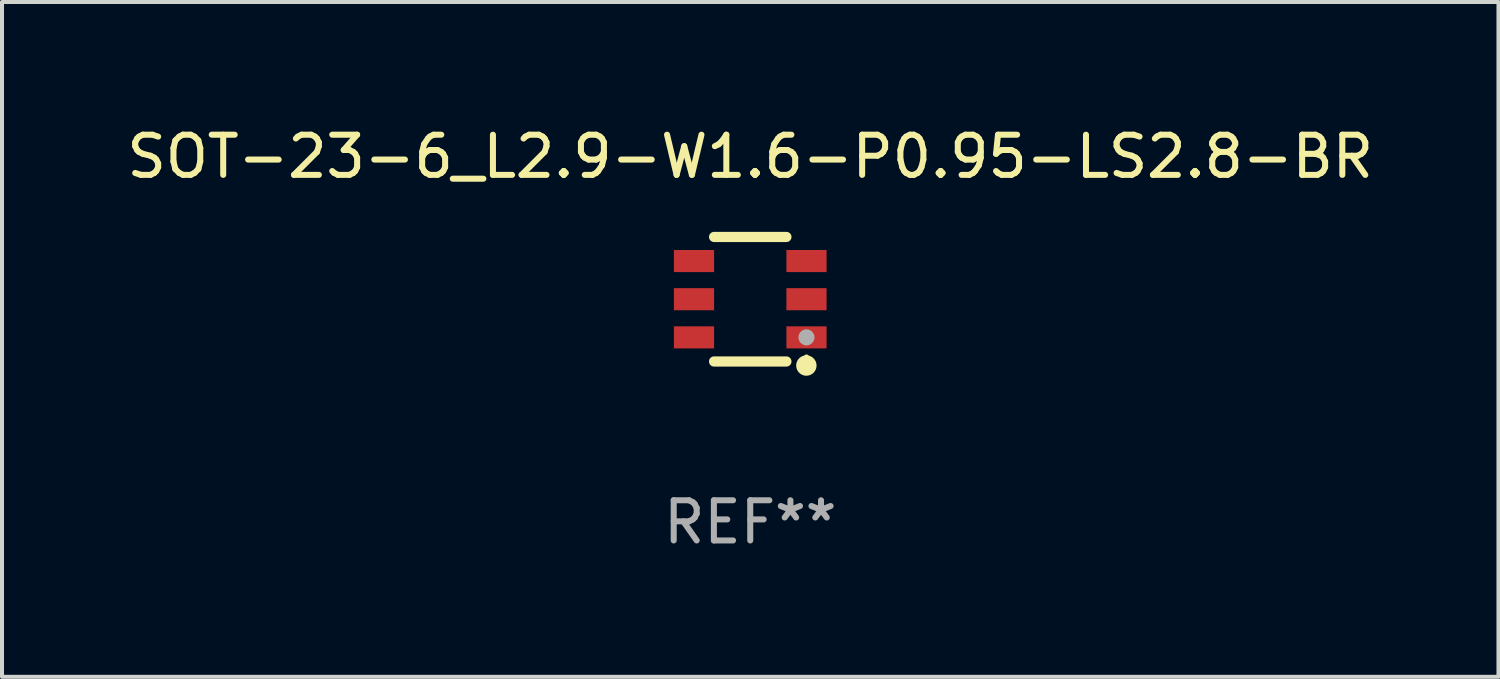
<source format=kicad_pcb>
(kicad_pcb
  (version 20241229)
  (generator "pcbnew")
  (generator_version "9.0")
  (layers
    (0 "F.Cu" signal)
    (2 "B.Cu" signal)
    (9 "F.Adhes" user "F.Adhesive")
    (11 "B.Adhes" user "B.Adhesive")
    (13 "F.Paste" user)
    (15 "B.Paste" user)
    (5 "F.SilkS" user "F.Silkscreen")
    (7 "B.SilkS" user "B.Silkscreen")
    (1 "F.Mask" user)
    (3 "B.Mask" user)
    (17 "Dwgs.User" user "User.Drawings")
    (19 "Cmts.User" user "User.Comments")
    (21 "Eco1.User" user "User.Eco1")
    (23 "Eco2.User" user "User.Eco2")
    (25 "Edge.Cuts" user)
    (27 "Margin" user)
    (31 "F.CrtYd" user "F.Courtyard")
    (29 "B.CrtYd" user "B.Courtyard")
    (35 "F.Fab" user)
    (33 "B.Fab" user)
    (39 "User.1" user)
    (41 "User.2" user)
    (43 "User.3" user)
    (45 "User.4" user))
  (footprint "SOT-23-6_L2.9-W1.6-P0.95-LS2.8-BR"
    (layer "F.Cu")
    (at 15.625 4.398)
    (property "Reference" "SOT-23-6_L2.9-W1.6-P0.95-LS2.8-BR" (at 0 -3.55 0) (layer "F.SilkS") (effects (font (size 1 1) (thickness 0.15))))
    (attr through_hole)
    (fp_line (start -0.9 -1.55) (end 0.9 -1.55) (stroke (width 0.254) (type solid)) (layer "F.SilkS"))
    (fp_line (start -0.9 1.55) (end 0.9 1.55) (stroke (width 0.254) (type solid)) (layer "F.SilkS"))
    (fp_circle (center 1.397 1.651) (end 1.524 1.651) (stroke (width 0.254) (type solid)) (fill no) (layer "F.SilkS"))
    (fp_circle (center 1.4 1.435) (end 1.43 1.435) (stroke (width 0.06) (type solid)) (fill no) (layer "F.SilkS"))
    (fp_circle (center 1.4 0.95) (end 1.5 0.95) (stroke (width 0.2) (type solid)) (fill no) (layer "F.Fab"))
    (fp_text user "REF**" (at 0 5.55 0) (layer "F.Fab") (effects (font (size 1 1) (thickness 0.15))))
    (pad "1" smd rect (at 1.4 0.95) (size 1 0.55) (layers "F.Cu" "F.Mask" "F.Paste"))
    (pad "2" smd rect (at 1.4 -0.000102) (size 1 0.55) (layers "F.Cu" "F.Mask" "F.Paste"))
    (pad "3" smd rect (at 1.4 -0.95) (size 1 0.55) (layers "F.Cu" "F.Mask" "F.Paste"))
    (pad "4" smd rect (at -1.4 -0.95) (size 1 0.55) (layers "F.Cu" "F.Mask" "F.Paste"))
    (pad "5" smd rect (at -1.4 -0.000102) (size 1 0.55) (layers "F.Cu" "F.Mask" "F.Paste"))
    (pad "6" smd rect (at -1.4 0.95) (size 1 0.55) (layers "F.Cu" "F.Mask" "F.Paste")))
  (gr_rect
    (start -3 -3)
    (end 34.25 13.797)
    (stroke (width 0.1) (type default))
    (fill no)
    (layer "Edge.Cuts")))
</source>
